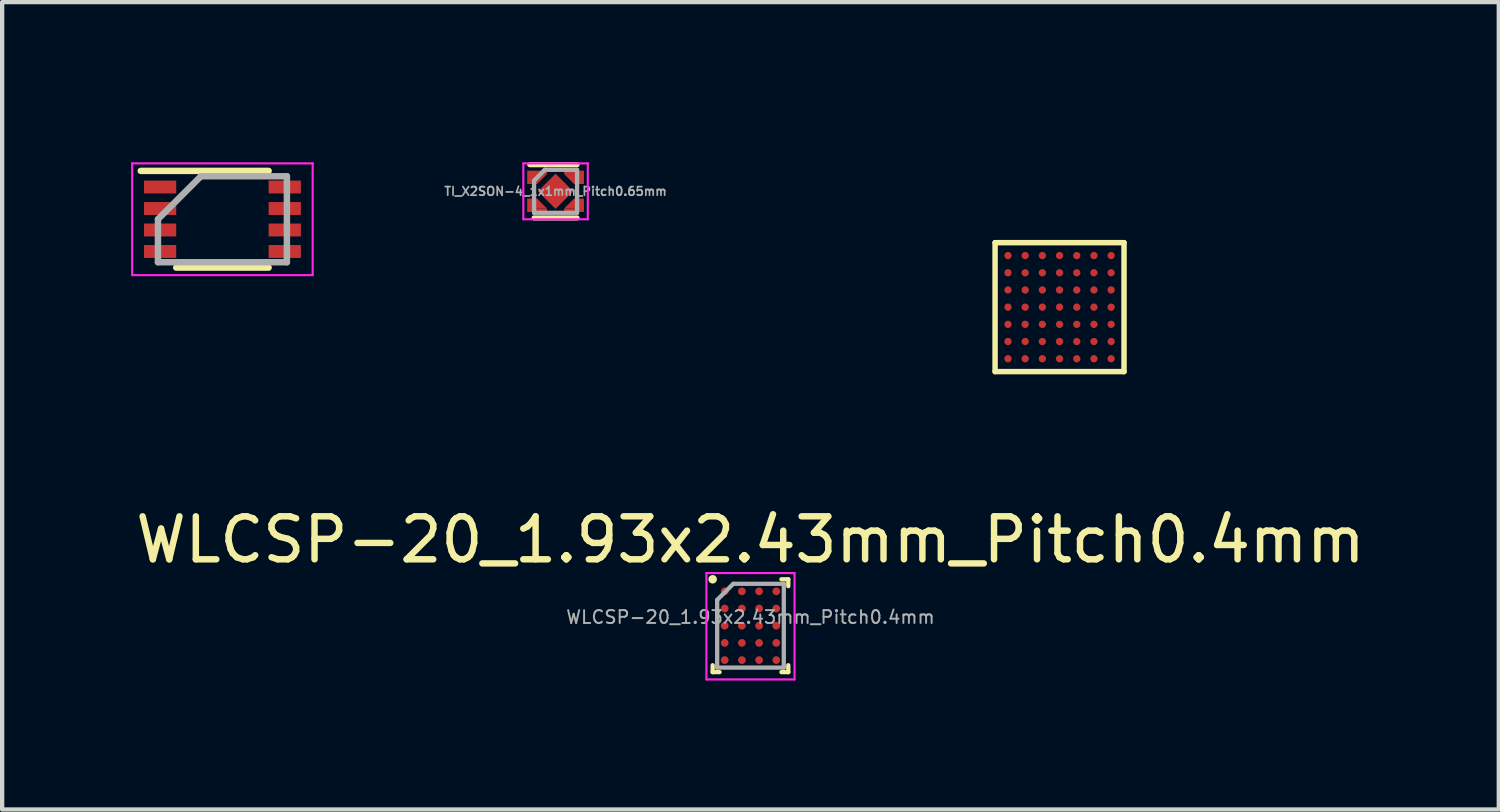
<source format=kicad_pcb>
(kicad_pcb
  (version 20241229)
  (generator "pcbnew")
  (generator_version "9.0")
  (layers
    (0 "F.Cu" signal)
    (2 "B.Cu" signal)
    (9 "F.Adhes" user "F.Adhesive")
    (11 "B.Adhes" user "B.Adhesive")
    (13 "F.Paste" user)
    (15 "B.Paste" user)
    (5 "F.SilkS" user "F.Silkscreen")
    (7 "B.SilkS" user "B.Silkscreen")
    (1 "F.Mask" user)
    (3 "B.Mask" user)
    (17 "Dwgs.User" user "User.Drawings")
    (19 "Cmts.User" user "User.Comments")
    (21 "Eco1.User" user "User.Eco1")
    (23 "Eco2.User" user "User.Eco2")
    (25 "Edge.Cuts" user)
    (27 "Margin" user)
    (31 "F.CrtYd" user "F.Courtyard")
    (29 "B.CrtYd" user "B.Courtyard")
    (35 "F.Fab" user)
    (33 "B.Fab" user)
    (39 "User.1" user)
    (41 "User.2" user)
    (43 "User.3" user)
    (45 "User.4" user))
  (footprint "WLCSP-20_1.93x2.43mm_Pitch0.4mm"
    (layer "F.Cu")
    (at 14.411 11.508)
    (property "Reference" "WLCSP-20_1.93x2.43mm_Pitch0.4mm" (at 0 -2 0) (layer "F.SilkS") (effects (font (size 1 1) (thickness 0.15))))
    (attr smd)
    (fp_line (start -0.88 1.08) (end -0.88 0.92) (stroke (width 0.1) (type solid)) (layer "F.SilkS"))
    (fp_line (start -0.88 1.08) (end -0.72 1.08) (stroke (width 0.1) (type solid)) (layer "F.SilkS"))
    (fp_line (start 0.88 -1.08) (end 0.72 -1.08) (stroke (width 0.1) (type solid)) (layer "F.SilkS"))
    (fp_line (start 0.88 -1.08) (end 0.88 -0.92) (stroke (width 0.1) (type solid)) (layer "F.SilkS"))
    (fp_line (start 0.88 1.08) (end 0.72 1.08) (stroke (width 0.1) (type solid)) (layer "F.SilkS"))
    (fp_line (start 0.88 1.08) (end 0.88 0.92) (stroke (width 0.1) (type solid)) (layer "F.SilkS"))
    (fp_circle (center -0.88 -1.08) (end -0.83 -1.08) (stroke (width 0.1) (type solid)) (fill no) (layer "F.SilkS"))
    (fp_line (start -1.025 -1.225) (end -1.025 1.25) (stroke (width 0.05) (type solid)) (layer "F.CrtYd"))
    (fp_line (start -1.025 -1.225) (end 1.025 -1.225) (stroke (width 0.05) (type solid)) (layer "F.CrtYd"))
    (fp_line (start -1.025 1.25) (end 1.025 1.25) (stroke (width 0.05) (type solid)) (layer "F.CrtYd"))
    (fp_line (start 1.025 -1.225) (end 1.025 1.25) (stroke (width 0.05) (type solid)) (layer "F.CrtYd"))
    (fp_line (start -0.775 -0.6) (end -0.4 -0.975) (stroke (width 0.1) (type solid)) (layer "F.Fab"))
    (fp_line (start -0.775 0.975) (end -0.775 -0.6) (stroke (width 0.1) (type solid)) (layer "F.Fab"))
    (fp_line (start -0.4 -0.975) (end 0.775 -0.975) (stroke (width 0.1) (type solid)) (layer "F.Fab"))
    (fp_line (start 0.775 0.975) (end -0.775 0.975) (stroke (width 0.1) (type solid)) (layer "F.Fab"))
    (fp_line (start 0.775 0.975) (end 0.775 -0.975) (stroke (width 0.1) (type solid)) (layer "F.Fab"))
    (fp_text user "${REFERENCE}" (at 0 -0.2 0) (layer "F.Fab") (effects (font (size 0.3 0.3) (thickness 0.045))))
    (pad "A1" smd circle (at -0.6 -0.8) (size 0.18 0.18) (layers "F.Cu" "F.Mask"))
    (pad "A2" smd circle (at -0.2 -0.8) (size 0.18 0.18) (layers "F.Cu" "F.Mask"))
    (pad "A3" smd circle (at 0.2 -0.8) (size 0.18 0.18) (layers "F.Cu" "F.Mask"))
    (pad "A4" smd circle (at 0.6 -0.8) (size 0.18 0.18) (layers "F.Cu" "F.Mask"))
    (pad "B1" smd circle (at -0.6 -0.4) (size 0.18 0.18) (layers "F.Cu" "F.Mask"))
    (pad "B2" smd circle (at -0.2 -0.4) (size 0.18 0.18) (layers "F.Cu" "F.Mask"))
    (pad "B3" smd circle (at 0.2 -0.4) (size 0.18 0.18) (layers "F.Cu" "F.Mask"))
    (pad "B4" smd circle (at 0.6 -0.4) (size 0.18 0.18) (layers "F.Cu" "F.Mask"))
    (pad "C1" smd circle (at -0.6 0) (size 0.18 0.18) (layers "F.Cu" "F.Mask"))
    (pad "C2" smd circle (at -0.2 0) (size 0.18 0.18) (layers "F.Cu" "F.Mask"))
    (pad "C3" smd circle (at 0.2 0) (size 0.18 0.18) (layers "F.Cu" "F.Mask"))
    (pad "C4" smd circle (at 0.6 0) (size 0.18 0.18) (layers "F.Cu" "F.Mask"))
    (pad "D1" smd circle (at -0.6 0.4) (size 0.18 0.18) (layers "F.Cu" "F.Mask"))
    (pad "D2" smd circle (at -0.2 0.4) (size 0.18 0.18) (layers "F.Cu" "F.Mask"))
    (pad "D3" smd circle (at 0.2 0.4) (size 0.18 0.18) (layers "F.Cu" "F.Mask"))
    (pad "D4" smd circle (at 0.6 0.4) (size 0.18 0.18) (layers "F.Cu" "F.Mask"))
    (pad "E1" smd circle (at -0.6 0.8) (size 0.18 0.18) (layers "F.Cu" "F.Mask"))
    (pad "E2" smd circle (at -0.2 0.8) (size 0.18 0.18) (layers "F.Cu" "F.Mask"))
    (pad "E3" smd circle (at 0.2 0.8) (size 0.18 0.18) (layers "F.Cu" "F.Mask"))
    (pad "E4" smd circle (at 0.6 0.8) (size 0.18 0.18) (layers "F.Cu" "F.Mask")))
  (footprint "DFN-8-1EP_3x2mm_Pitch0.5mm"
    (layer "F.Cu")
    (at 2.125 2.051)
    (property "Reference" "DFN-8-1EP_3x2mm_Pitch0.5mm" (at 0 -2.05 0) (layer "F.SilkS") (effects (font (size 0.001 0.001) (thickness 0.15))))
    (attr smd)
    (fp_line (start -1.9 -1.125) (end 1.075 -1.125) (stroke (width 0.15) (type solid)) (layer "F.SilkS"))
    (fp_line (start -1.075 1.125) (end 1.075 1.125) (stroke (width 0.15) (type solid)) (layer "F.SilkS"))
    (fp_line (start -2.1 -1.3) (end -2.1 1.3) (stroke (width 0.05) (type solid)) (layer "F.CrtYd"))
    (fp_line (start -2.1 -1.3) (end 2.1 -1.3) (stroke (width 0.05) (type solid)) (layer "F.CrtYd"))
    (fp_line (start -2.1 1.3) (end 2.1 1.3) (stroke (width 0.05) (type solid)) (layer "F.CrtYd"))
    (fp_line (start 2.1 -1.3) (end 2.1 1.3) (stroke (width 0.05) (type solid)) (layer "F.CrtYd"))
    (fp_line (start -1.5 0) (end -0.5 -1) (stroke (width 0.15) (type solid)) (layer "F.Fab"))
    (fp_line (start -1.5 1) (end -1.5 0) (stroke (width 0.15) (type solid)) (layer "F.Fab"))
    (fp_line (start -0.5 -1) (end 1.5 -1) (stroke (width 0.15) (type solid)) (layer "F.Fab"))
    (fp_line (start 1.5 -1) (end 1.5 1) (stroke (width 0.15) (type solid)) (layer "F.Fab"))
    (fp_line (start 1.5 1) (end -1.5 1) (stroke (width 0.15) (type solid)) (layer "F.Fab"))
    (pad "1" smd rect (at -1.45 -0.75) (size 0.75 0.3) (layers "F.Cu" "F.Mask" "F.Paste"))
    (pad "2" smd rect (at -1.45 -0.25) (size 0.75 0.3) (layers "F.Cu" "F.Mask" "F.Paste"))
    (pad "3" smd rect (at -1.45 0.25) (size 0.75 0.3) (layers "F.Cu" "F.Mask" "F.Paste"))
    (pad "4" smd rect (at -1.45 0.75) (size 0.75 0.3) (layers "F.Cu" "F.Mask" "F.Paste"))
    (pad "5" smd rect (at 1.45 0.75) (size 0.75 0.3) (layers "F.Cu" "F.Mask" "F.Paste"))
    (pad "6" smd rect (at 1.45 0.25) (size 0.75 0.3) (layers "F.Cu" "F.Mask" "F.Paste"))
    (pad "7" smd rect (at 1.45 -0.25) (size 0.75 0.3) (layers "F.Cu" "F.Mask" "F.Paste"))
    (pad "8" smd rect (at 1.45 -0.75) (size 0.75 0.3) (layers "F.Cu" "F.Mask" "F.Paste")))
  (footprint "TI_X2SON-4_1x1mm_Pitch0.65mm"
    (layer "F.Cu")
    (at 9.876 1.401)
    (property "Reference" "TI_X2SON-4_1x1mm_Pitch0.65mm" (at 0 -1.4 0) (layer "F.SilkS") (effects (font (size 0.001 0.001) (thickness 0.15))))
    (attr smd)
    (fp_line (start 0.5 -0.62) (end -0.6 -0.62) (stroke (width 0.12) (type solid)) (layer "F.SilkS"))
    (fp_line (start 0.5 0.62) (end -0.5 0.62) (stroke (width 0.12) (type solid)) (layer "F.SilkS"))
    (fp_line (start -0.75 -0.65) (end 0.75 -0.65) (stroke (width 0.05) (type solid)) (layer "F.CrtYd"))
    (fp_line (start -0.75 0.65) (end -0.75 -0.65) (stroke (width 0.05) (type solid)) (layer "F.CrtYd"))
    (fp_line (start 0.75 -0.65) (end 0.75 0.65) (stroke (width 0.05) (type solid)) (layer "F.CrtYd"))
    (fp_line (start 0.75 0.65) (end -0.75 0.65) (stroke (width 0.05) (type solid)) (layer "F.CrtYd"))
    (fp_line (start -0.5 0.5) (end -0.5 -0.25) (stroke (width 0.1) (type solid)) (layer "F.Fab"))
    (fp_line (start -0.25 -0.5) (end -0.5 -0.25) (stroke (width 0.1) (type solid)) (layer "F.Fab"))
    (fp_line (start -0.25 -0.5) (end 0.5 -0.5) (stroke (width 0.1) (type solid)) (layer "F.Fab"))
    (fp_line (start 0.5 -0.5) (end 0.5 0.5) (stroke (width 0.1) (type solid)) (layer "F.Fab"))
    (fp_line (start 0.5 0.5) (end -0.5 0.5) (stroke (width 0.1) (type solid)) (layer "F.Fab"))
    (fp_text user "${REFERENCE}" (at 0 0 0) (layer "F.Fab") (effects (font (size 0.2 0.2) (thickness 0.04))))
    (pad "" smd rect (at -0.55 -0.325) (size 0.2 0.21) (layers "F.Paste"))
    (pad "" smd rect (at -0.55 0.325) (size 0.2 0.21) (layers "F.Paste"))
    (pad "" smd rect (at -0.52 -0.325) (size 0.18 0.21) (layers "F.Mask"))
    (pad "" smd rect (at -0.52 0.325) (size 0.18 0.21) (layers "F.Mask"))
    (pad "" smd trapezoid (at -0.45 -0.31 180) (size 0.2 0.18) (rect_delta 0 0.2) (layers "F.Paste"))
    (pad "" smd trapezoid (at -0.45 0.31) (size 0.2 0.18) (rect_delta 0 0.2) (layers "F.Paste"))
    (pad "" smd trapezoid (at -0.43 -0.31 180) (size 0.18 0.18) (rect_delta 0 0.18) (layers "F.Mask"))
    (pad "" smd trapezoid (at -0.43 0.31) (size 0.18 0.18) (rect_delta 0 0.18) (layers "F.Mask"))
    (pad "" smd rect (at -0.35 -0.415) (size 0.2 0.03) (layers "F.Paste"))
    (pad "" smd rect (at -0.35 0.415) (size 0.2 0.03) (layers "F.Paste"))
    (pad "" smd rect (at -0.34 -0.415) (size 0.18 0.03) (layers "F.Mask"))
    (pad "" smd rect (at -0.34 0.415) (size 0.18 0.03) (layers "F.Mask"))
    (pad "" smd rect (at 0 0 45) (size 0.3 0.3) (layers "F.Paste"))
    (pad "" smd rect (at 0 0 45) (size 0.48 0.48) (layers "F.Mask"))
    (pad "" smd rect (at 0.34 -0.415) (size 0.18 0.03) (layers "F.Mask"))
    (pad "" smd rect (at 0.34 0.415) (size 0.18 0.03) (layers "F.Mask"))
    (pad "" smd rect (at 0.35 -0.415) (size 0.2 0.03) (layers "F.Paste"))
    (pad "" smd rect (at 0.35 0.415) (size 0.2 0.03) (layers "F.Paste"))
    (pad "" smd trapezoid (at 0.43 -0.31 180) (size 0.18 0.18) (rect_delta 0 0.18) (layers "F.Mask"))
    (pad "" smd trapezoid (at 0.43 0.31) (size 0.18 0.18) (rect_delta 0 0.18) (layers "F.Mask"))
    (pad "" smd trapezoid (at 0.45 -0.31 180) (size 0.2 0.18) (rect_delta 0 0.2) (layers "F.Paste"))
    (pad "" smd trapezoid (at 0.45 0.31) (size 0.2 0.18) (rect_delta 0 0.2) (layers "F.Paste"))
    (pad "" smd rect (at 0.52 -0.325) (size 0.18 0.21) (layers "F.Mask"))
    (pad "" smd rect (at 0.52 0.325) (size 0.18 0.21) (layers "F.Mask"))
    (pad "" smd rect (at 0.55 -0.325) (size 0.2 0.21) (layers "F.Paste"))
    (pad "" smd rect (at 0.55 0.325) (size 0.2 0.21) (layers "F.Paste"))
    (pad "1" smd rect (at -0.545 -0.325) (size 0.23 0.31) (layers "F.Cu"))
    (pad "1" smd trapezoid (at -0.43 -0.285 180) (size 0.23 0.23) (rect_delta 0 0.23) (layers "F.Cu"))
    (pad "1" smd rect (at -0.315 -0.44) (size 0.23 0.08) (layers "F.Cu"))
    (pad "2" smd rect (at -0.545 0.325) (size 0.23 0.31) (layers "F.Cu"))
    (pad "2" smd trapezoid (at -0.43 0.285) (size 0.23 0.23) (rect_delta 0 0.23) (layers "F.Cu"))
    (pad "2" smd rect (at -0.315 0.44) (size 0.23 0.08) (layers "F.Cu"))
    (pad "2" smd rect (at 0 0 45) (size 0.58 0.58) (layers "F.Cu"))
    (pad "3" smd rect (at 0.315 0.44) (size 0.23 0.08) (layers "F.Cu"))
    (pad "3" smd trapezoid (at 0.43 0.285) (size 0.23 0.23) (rect_delta 0 0.23) (layers "F.Cu"))
    (pad "3" smd rect (at 0.545 0.325) (size 0.23 0.31) (layers "F.Cu"))
    (pad "4" smd rect (at 0.315 -0.44) (size 0.23 0.08) (layers "F.Cu"))
    (pad "4" smd trapezoid (at 0.43 -0.285 180) (size 0.23 0.23) (rect_delta 0 0.23) (layers "F.Cu"))
    (pad "4" smd rect (at 0.545 -0.325) (size 0.23 0.31) (layers "F.Cu")))
  (footprint "VFBGA-49"
    (layer "F.Cu")
    (at 21.602 4.096)
    (property "Reference" "VFBGA-49" (at -6.097 -4.095 0) (layer "F.SilkS") (effects (font (size 0.001 0.001) (thickness 0.15))))
    (attr smd)
    (fp_line (start -1.5 -1.5) (end 1.5 -1.5) (stroke (width 0.127) (type solid)) (layer "F.SilkS"))
    (fp_line (start -1.5 1.5) (end -1.5 -1.5) (stroke (width 0.127) (type solid)) (layer "F.SilkS"))
    (fp_line (start 1.5 -1.5) (end 1.5 1.5) (stroke (width 0.127) (type solid)) (layer "F.SilkS"))
    (fp_line (start 1.5 1.5) (end -1.5 1.5) (stroke (width 0.127) (type solid)) (layer "F.SilkS"))
    (pad "A1" smd circle (at -1.2 -1.2) (size 0.17 0.17) (layers "F.Cu" "F.Mask" "F.Paste"))
    (pad "A2" smd circle (at -0.8 -1.2) (size 0.17 0.17) (layers "F.Cu" "F.Mask" "F.Paste"))
    (pad "A3" smd circle (at -0.4 -1.2) (size 0.17 0.17) (layers "F.Cu" "F.Mask" "F.Paste"))
    (pad "A4" smd circle (at 0 -1.2) (size 0.17 0.17) (layers "F.Cu" "F.Mask" "F.Paste"))
    (pad "A5" smd circle (at 0.4 -1.2) (size 0.17 0.17) (layers "F.Cu" "F.Mask" "F.Paste"))
    (pad "A6" smd circle (at 0.8 -1.2) (size 0.17 0.17) (layers "F.Cu" "F.Mask" "F.Paste"))
    (pad "A7" smd circle (at 1.2 -1.2) (size 0.17 0.17) (layers "F.Cu" "F.Mask" "F.Paste"))
    (pad "B1" smd circle (at -1.2 -0.8) (size 0.17 0.17) (layers "F.Cu" "F.Mask" "F.Paste"))
    (pad "B2" smd circle (at -0.8 -0.8) (size 0.17 0.17) (layers "F.Cu" "F.Mask" "F.Paste"))
    (pad "B3" smd circle (at -0.4 -0.8) (size 0.17 0.17) (layers "F.Cu" "F.Mask" "F.Paste"))
    (pad "B4" smd circle (at 0 -0.8) (size 0.17 0.17) (layers "F.Cu" "F.Mask" "F.Paste"))
    (pad "B5" smd circle (at 0.4 -0.8) (size 0.17 0.17) (layers "F.Cu" "F.Mask" "F.Paste"))
    (pad "B6" smd circle (at 0.8 -0.8) (size 0.17 0.17) (layers "F.Cu" "F.Mask" "F.Paste"))
    (pad "B7" smd circle (at 1.2 -0.8) (size 0.17 0.17) (layers "F.Cu" "F.Mask" "F.Paste"))
    (pad "C1" smd circle (at -1.2 -0.4) (size 0.17 0.17) (layers "F.Cu" "F.Mask" "F.Paste"))
    (pad "C2" smd circle (at -0.8 -0.4) (size 0.17 0.17) (layers "F.Cu" "F.Mask" "F.Paste"))
    (pad "C3" smd circle (at -0.4 -0.4) (size 0.17 0.17) (layers "F.Cu" "F.Mask" "F.Paste"))
    (pad "C4" smd circle (at 0 -0.4) (size 0.17 0.17) (layers "F.Cu" "F.Mask" "F.Paste"))
    (pad "C5" smd circle (at 0.4 -0.4) (size 0.17 0.17) (layers "F.Cu" "F.Mask" "F.Paste"))
    (pad "C6" smd circle (at 0.8 -0.4) (size 0.17 0.17) (layers "F.Cu" "F.Mask" "F.Paste"))
    (pad "C7" smd circle (at 1.2 -0.4) (size 0.17 0.17) (layers "F.Cu" "F.Mask" "F.Paste"))
    (pad "D1" smd circle (at -1.2 0) (size 0.17 0.17) (layers "F.Cu" "F.Mask" "F.Paste"))
    (pad "D2" smd circle (at -0.8 0) (size 0.17 0.17) (layers "F.Cu" "F.Mask" "F.Paste"))
    (pad "D3" smd circle (at -0.4 0) (size 0.17 0.17) (layers "F.Cu" "F.Mask" "F.Paste"))
    (pad "D4" smd circle (at 0 0) (size 0.17 0.17) (layers "F.Cu" "F.Mask" "F.Paste"))
    (pad "D5" smd circle (at 0.4 0) (size 0.17 0.17) (layers "F.Cu" "F.Mask" "F.Paste"))
    (pad "D6" smd circle (at 0.8 0) (size 0.17 0.17) (layers "F.Cu" "F.Mask" "F.Paste"))
    (pad "D7" smd circle (at 1.2 0) (size 0.17 0.17) (layers "F.Cu" "F.Mask" "F.Paste"))
    (pad "E1" smd circle (at -1.2 0.4) (size 0.17 0.17) (layers "F.Cu" "F.Mask" "F.Paste"))
    (pad "E2" smd circle (at -0.8 0.4) (size 0.17 0.17) (layers "F.Cu" "F.Mask" "F.Paste"))
    (pad "E3" smd circle (at -0.4 0.4) (size 0.17 0.17) (layers "F.Cu" "F.Mask" "F.Paste"))
    (pad "E4" smd circle (at 0 0.4) (size 0.17 0.17) (layers "F.Cu" "F.Mask" "F.Paste"))
    (pad "E5" smd circle (at 0.4 0.4) (size 0.17 0.17) (layers "F.Cu" "F.Mask" "F.Paste"))
    (pad "E6" smd circle (at 0.8 0.4) (size 0.17 0.17) (layers "F.Cu" "F.Mask" "F.Paste"))
    (pad "E7" smd circle (at 1.2 0.4) (size 0.17 0.17) (layers "F.Cu" "F.Mask" "F.Paste"))
    (pad "F1" smd circle (at -1.2 0.8) (size 0.17 0.17) (layers "F.Cu" "F.Mask" "F.Paste"))
    (pad "F2" smd circle (at -0.8 0.8) (size 0.17 0.17) (layers "F.Cu" "F.Mask" "F.Paste"))
    (pad "F3" smd circle (at -0.4 0.8) (size 0.17 0.17) (layers "F.Cu" "F.Mask" "F.Paste"))
    (pad "F4" smd circle (at 0 0.8) (size 0.17 0.17) (layers "F.Cu" "F.Mask" "F.Paste"))
    (pad "F5" smd circle (at 0.4 0.8) (size 0.17 0.17) (layers "F.Cu" "F.Mask" "F.Paste"))
    (pad "F6" smd circle (at 0.8 0.8) (size 0.17 0.17) (layers "F.Cu" "F.Mask" "F.Paste"))
    (pad "F7" smd circle (at 1.2 0.8) (size 0.17 0.17) (layers "F.Cu" "F.Mask" "F.Paste"))
    (pad "G1" smd circle (at -1.2 1.2) (size 0.17 0.17) (layers "F.Cu" "F.Mask" "F.Paste"))
    (pad "G2" smd circle (at -0.8 1.2) (size 0.17 0.17) (layers "F.Cu" "F.Mask" "F.Paste"))
    (pad "G3" smd circle (at -0.4 1.2) (size 0.17 0.17) (layers "F.Cu" "F.Mask" "F.Paste"))
    (pad "G4" smd circle (at 0 1.2) (size 0.17 0.17) (layers "F.Cu" "F.Mask" "F.Paste"))
    (pad "G5" smd circle (at 0.4 1.2) (size 0.17 0.17) (layers "F.Cu" "F.Mask" "F.Paste"))
    (pad "G6" smd circle (at 0.8 1.2) (size 0.17 0.17) (layers "F.Cu" "F.Mask" "F.Paste"))
    (pad "G7" smd circle (at 1.2 1.2) (size 0.17 0.17) (layers "F.Cu" "F.Mask" "F.Paste")))
  (gr_rect
    (start -3 -3)
    (end 31.821 15.783)
    (stroke (width 0.1) (type default))
    (fill no)
    (layer "Edge.Cuts")))
</source>
